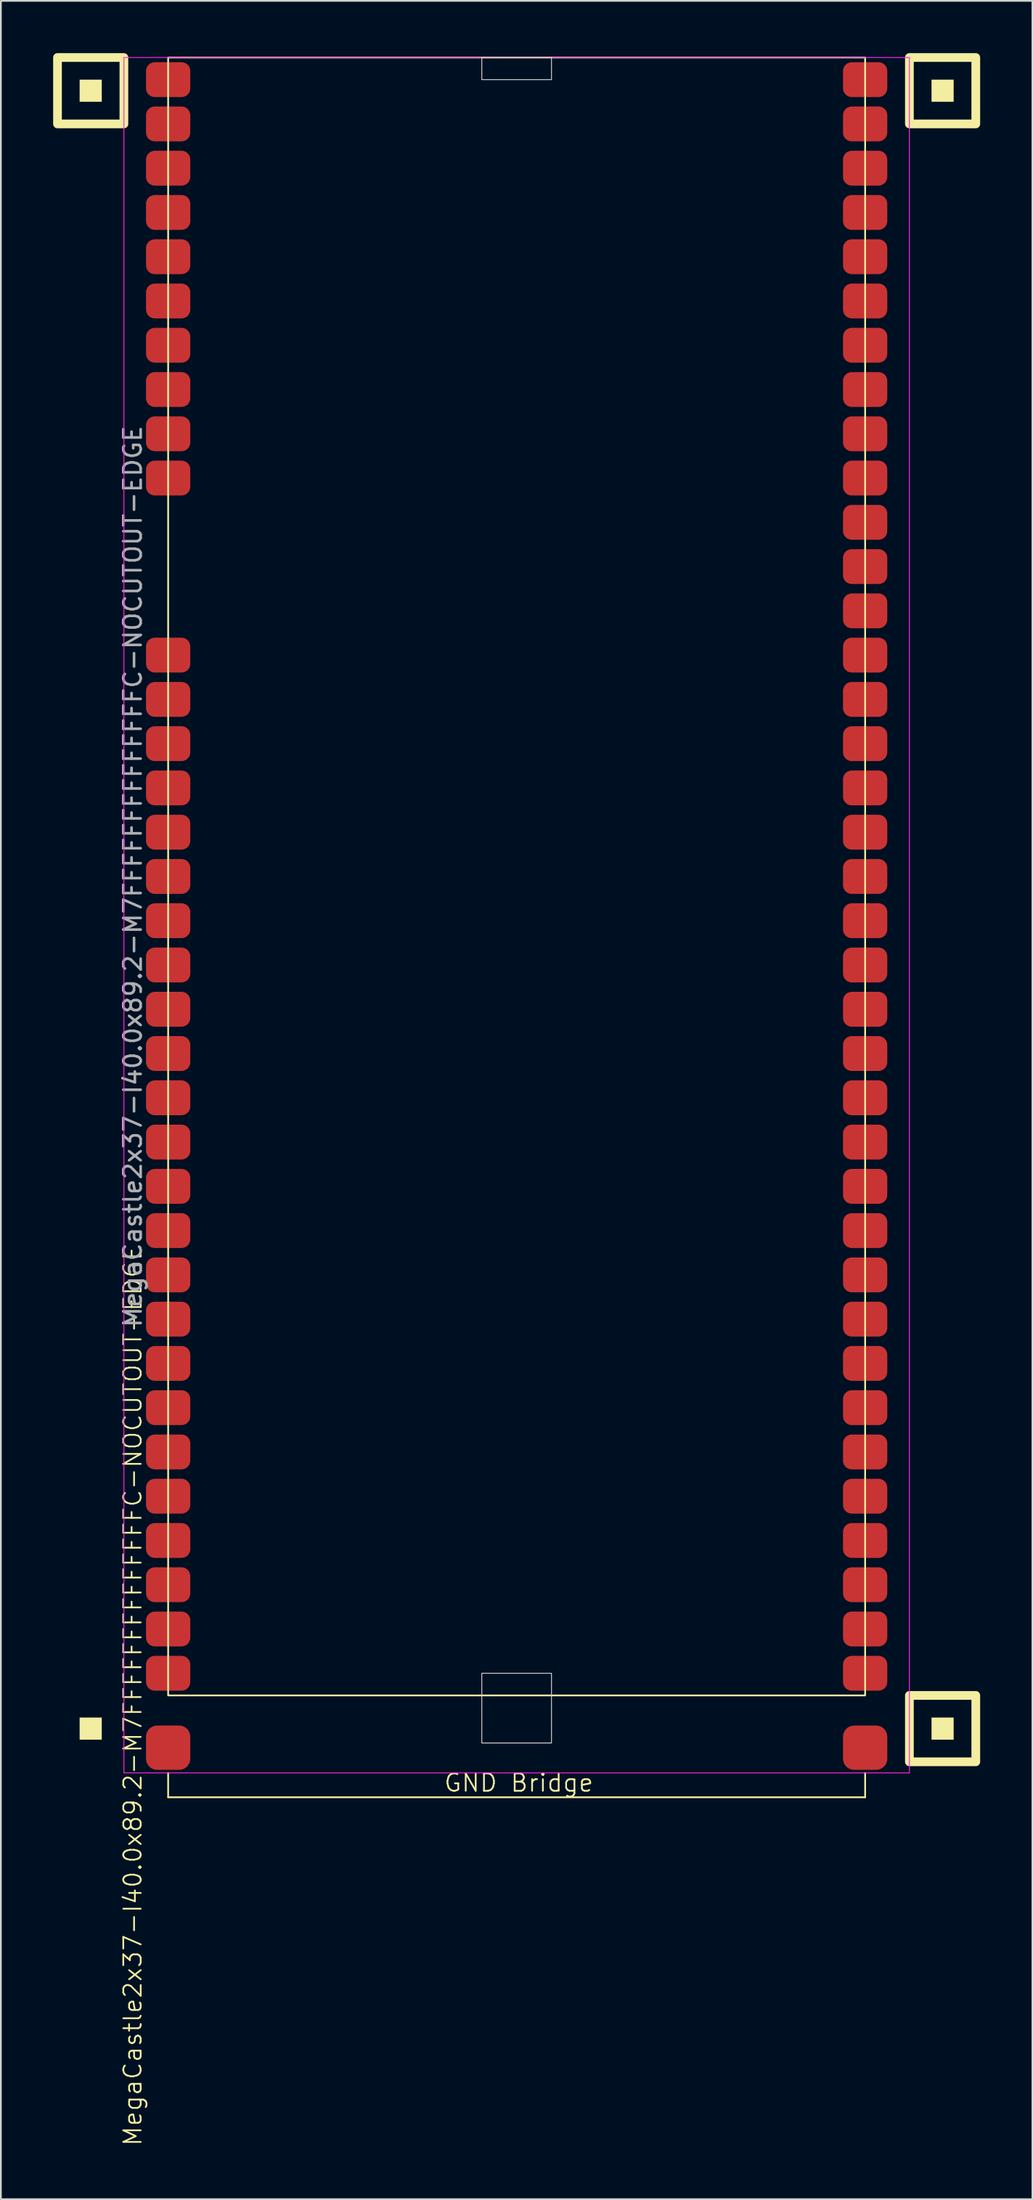
<source format=kicad_pcb>
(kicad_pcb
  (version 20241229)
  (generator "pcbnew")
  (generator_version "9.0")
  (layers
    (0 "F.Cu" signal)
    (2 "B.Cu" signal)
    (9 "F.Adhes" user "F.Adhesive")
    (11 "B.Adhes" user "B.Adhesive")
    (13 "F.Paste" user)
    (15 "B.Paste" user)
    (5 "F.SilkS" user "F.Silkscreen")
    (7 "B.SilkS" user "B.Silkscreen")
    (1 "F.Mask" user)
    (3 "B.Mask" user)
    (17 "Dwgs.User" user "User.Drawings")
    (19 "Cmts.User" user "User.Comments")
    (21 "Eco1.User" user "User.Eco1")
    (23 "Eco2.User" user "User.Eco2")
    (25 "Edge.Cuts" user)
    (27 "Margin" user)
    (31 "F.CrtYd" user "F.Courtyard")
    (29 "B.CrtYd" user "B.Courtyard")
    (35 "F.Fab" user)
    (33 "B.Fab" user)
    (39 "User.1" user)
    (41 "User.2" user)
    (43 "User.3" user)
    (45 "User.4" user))
  (footprint "MegaCastle2x37-I40.0x89.2-M7FFFFFFFFFFFFFFC-NOCUTOUT-EDGE"
    (layer "F.Cu")
    (at 26.6 47.24)
    (property "Reference" "MegaCastle2x37-I40.0x89.2-M7FFFFFFFFFFFFFFC-NOCUTOUT-EDGE" (at -22.032 46.99 90) (unlocked yes) (layer "F.SilkS") (effects (font (size 1 1) (thickness 0.1))))
    (attr smd)
    (fp_line (start -20 51.435) (end -20 52.835) (stroke (width 0.1) (type default)) (layer "F.SilkS"))
    (fp_line (start -20 52.835) (end 20 52.835) (stroke (width 0.1) (type default)) (layer "F.SilkS"))
    (fp_line (start 20 51.435) (end 20 52.835) (stroke (width 0.1) (type default)) (layer "F.SilkS"))
    (fp_rect (start -23.81 -44.45) (end -25.08 -45.72) (stroke (width 0) (type solid)) (fill yes) (layer "F.SilkS"))
    (fp_rect (start -23.81 49.53) (end -25.08 48.26) (stroke (width 0) (type solid)) (fill yes) (layer "F.SilkS"))
    (fp_rect (start -22.54 -43.18) (end -26.35 -46.99) (stroke (width 0.5) (type default)) (fill no) (layer "F.SilkS"))
    (fp_rect (start -20 -46.99) (end 20 46.99) (stroke (width 0.1) (type default)) (fill no) (layer "F.SilkS"))
    (fp_rect (start 25.08 -44.45) (end 23.81 -45.72) (stroke (width 0) (type solid)) (fill yes) (layer "F.SilkS"))
    (fp_rect (start 25.08 49.53) (end 23.81 48.26) (stroke (width 0) (type solid)) (fill yes) (layer "F.SilkS"))
    (fp_rect (start 26.35 -43.18) (end 22.54 -46.99) (stroke (width 0.5) (type default)) (fill no) (layer "F.SilkS"))
    (fp_rect (start 26.35 50.8) (end 22.54 46.99) (stroke (width 0.5) (type default)) (fill no) (layer "F.SilkS"))
    (fp_rect (start -2 -45.72) (end 2 -46.99) (stroke (width 0.05) (type default)) (fill no) (layer "Edge.Cuts"))
    (fp_rect (start -2 45.72) (end 2 49.72) (stroke (width 0.05) (type default)) (fill no) (layer "Edge.Cuts"))
    (fp_line (start -22.54 -46.99) (end -22.54 51.435) (stroke (width 0.05) (type default)) (layer "F.CrtYd"))
    (fp_line (start -22.54 51.435) (end 22.54 51.435) (stroke (width 0.05) (type default)) (layer "F.CrtYd"))
    (fp_line (start 22.54 -46.99) (end -22.54 -46.99) (stroke (width 0.05) (type default)) (layer "F.CrtYd"))
    (fp_line (start 22.54 -46.99) (end 22.54 51.435) (stroke (width 0.05) (type default)) (layer "F.CrtYd"))
    (fp_text user "GND Bridge" (at -4.226 52.59 0) (unlocked yes) (layer "F.SilkS") (effects (font (size 1 1) (thickness 0.1)) (justify left bottom)))
    (fp_text user "${REFERENCE}" (at -22.032 0 90) (unlocked yes) (layer "F.Fab") (effects (font (size 1 1) (thickness 0.15))))
    (pad "1" smd roundrect (at -20 -45.72) (size 2.54 2) (layers "F.Cu" "F.Mask" "F.Paste") (roundrect_rratio 0.25))
    (pad "2" smd roundrect (at -20 -43.18) (size 2.54 2) (layers "F.Cu" "F.Mask" "F.Paste") (roundrect_rratio 0.25))
    (pad "3" smd roundrect (at -20 -40.64) (size 2.54 2) (layers "F.Cu" "F.Mask" "F.Paste") (roundrect_rratio 0.25))
    (pad "4" smd roundrect (at -20 -38.1) (size 2.54 2) (layers "F.Cu" "F.Mask" "F.Paste") (roundrect_rratio 0.25))
    (pad "5" smd roundrect (at -20 -35.56) (size 2.54 2) (layers "F.Cu" "F.Mask" "F.Paste") (roundrect_rratio 0.25))
    (pad "6" smd roundrect (at -20 -33.02) (size 2.54 2) (layers "F.Cu" "F.Mask" "F.Paste") (roundrect_rratio 0.25))
    (pad "7" smd roundrect (at -20 -30.48) (size 2.54 2) (layers "F.Cu" "F.Mask" "F.Paste") (roundrect_rratio 0.25))
    (pad "8" smd roundrect (at -20 -27.94) (size 2.54 2) (layers "F.Cu" "F.Mask" "F.Paste") (roundrect_rratio 0.25))
    (pad "9" smd roundrect (at -20 -25.4) (size 2.54 2) (layers "F.Cu" "F.Mask" "F.Paste") (roundrect_rratio 0.25))
    (pad "10" smd roundrect (at -20 -22.86) (size 2.54 2) (layers "F.Cu" "F.Mask" "F.Paste") (roundrect_rratio 0.25))
    (pad "14" smd roundrect (at -20 -12.7) (size 2.54 2) (layers "F.Cu" "F.Mask" "F.Paste") (roundrect_rratio 0.25))
    (pad "15" smd roundrect (at -20 -10.16) (size 2.54 2) (layers "F.Cu" "F.Mask" "F.Paste") (roundrect_rratio 0.25))
    (pad "16" smd roundrect (at -20 -7.62) (size 2.54 2) (layers "F.Cu" "F.Mask" "F.Paste") (roundrect_rratio 0.25))
    (pad "17" smd roundrect (at -20 -5.08) (size 2.54 2) (layers "F.Cu" "F.Mask" "F.Paste") (roundrect_rratio 0.25))
    (pad "18" smd roundrect (at -20 -2.54) (size 2.54 2) (layers "F.Cu" "F.Mask" "F.Paste") (roundrect_rratio 0.25))
    (pad "19" smd roundrect (at -20 0) (size 2.54 2) (layers "F.Cu" "F.Mask" "F.Paste") (roundrect_rratio 0.25))
    (pad "20" smd roundrect (at -20 2.54) (size 2.54 2) (layers "F.Cu" "F.Mask" "F.Paste") (roundrect_rratio 0.25))
    (pad "21" smd roundrect (at -20 5.08) (size 2.54 2) (layers "F.Cu" "F.Mask" "F.Paste") (roundrect_rratio 0.25))
    (pad "22" smd roundrect (at -20 7.62) (size 2.54 2) (layers "F.Cu" "F.Mask" "F.Paste") (roundrect_rratio 0.25))
    (pad "23" smd roundrect (at -20 10.16) (size 2.54 2) (layers "F.Cu" "F.Mask" "F.Paste") (roundrect_rratio 0.25))
    (pad "24" smd roundrect (at -20 12.7) (size 2.54 2) (layers "F.Cu" "F.Mask" "F.Paste") (roundrect_rratio 0.25))
    (pad "25" smd roundrect (at -20 15.24) (size 2.54 2) (layers "F.Cu" "F.Mask" "F.Paste") (roundrect_rratio 0.25))
    (pad "26" smd roundrect (at -20 17.78) (size 2.54 2) (layers "F.Cu" "F.Mask" "F.Paste") (roundrect_rratio 0.25))
    (pad "27" smd roundrect (at -20 20.32) (size 2.54 2) (layers "F.Cu" "F.Mask" "F.Paste") (roundrect_rratio 0.25))
    (pad "28" smd roundrect (at -20 22.86) (size 2.54 2) (layers "F.Cu" "F.Mask" "F.Paste") (roundrect_rratio 0.25))
    (pad "29" smd roundrect (at -20 25.4) (size 2.54 2) (layers "F.Cu" "F.Mask" "F.Paste") (roundrect_rratio 0.25))
    (pad "30" smd roundrect (at -20 27.94) (size 2.54 2) (layers "F.Cu" "F.Mask" "F.Paste") (roundrect_rratio 0.25))
    (pad "31" smd roundrect (at -20 30.48) (size 2.54 2) (layers "F.Cu" "F.Mask" "F.Paste") (roundrect_rratio 0.25))
    (pad "32" smd roundrect (at -20 33.02) (size 2.54 2) (layers "F.Cu" "F.Mask" "F.Paste") (roundrect_rratio 0.25))
    (pad "33" smd roundrect (at -20 35.56) (size 2.54 2) (layers "F.Cu" "F.Mask" "F.Paste") (roundrect_rratio 0.25))
    (pad "34" smd roundrect (at -20 38.1) (size 2.54 2) (layers "F.Cu" "F.Mask" "F.Paste") (roundrect_rratio 0.25))
    (pad "35" smd roundrect (at -20 40.64) (size 2.54 2) (layers "F.Cu" "F.Mask" "F.Paste") (roundrect_rratio 0.25))
    (pad "36" smd roundrect (at -20 43.18) (size 2.54 2) (layers "F.Cu" "F.Mask" "F.Paste") (roundrect_rratio 0.25))
    (pad "37" smd roundrect (at -20 45.72) (size 2.54 2) (layers "F.Cu" "F.Mask" "F.Paste") (roundrect_rratio 0.25))
    (pad "38" smd roundrect (at 20 -45.72) (size 2.54 2) (layers "F.Cu" "F.Mask" "F.Paste") (roundrect_rratio 0.25))
    (pad "39" smd roundrect (at 20 -43.18) (size 2.54 2) (layers "F.Cu" "F.Mask" "F.Paste") (roundrect_rratio 0.25))
    (pad "40" smd roundrect (at 20 -40.64) (size 2.54 2) (layers "F.Cu" "F.Mask" "F.Paste") (roundrect_rratio 0.25))
    (pad "41" smd roundrect (at 20 -38.1) (size 2.54 2) (layers "F.Cu" "F.Mask" "F.Paste") (roundrect_rratio 0.25))
    (pad "42" smd roundrect (at 20 -35.56) (size 2.54 2) (layers "F.Cu" "F.Mask" "F.Paste") (roundrect_rratio 0.25))
    (pad "43" smd roundrect (at 20 -33.02) (size 2.54 2) (layers "F.Cu" "F.Mask" "F.Paste") (roundrect_rratio 0.25))
    (pad "44" smd roundrect (at 20 -30.48) (size 2.54 2) (layers "F.Cu" "F.Mask" "F.Paste") (roundrect_rratio 0.25))
    (pad "45" smd roundrect (at 20 -27.94) (size 2.54 2) (layers "F.Cu" "F.Mask" "F.Paste") (roundrect_rratio 0.25))
    (pad "46" smd roundrect (at 20 -25.4) (size 2.54 2) (layers "F.Cu" "F.Mask" "F.Paste") (roundrect_rratio 0.25))
    (pad "47" smd roundrect (at 20 -22.86) (size 2.54 2) (layers "F.Cu" "F.Mask" "F.Paste") (roundrect_rratio 0.25))
    (pad "48" smd roundrect (at 20 -20.32) (size 2.54 2) (layers "F.Cu" "F.Mask" "F.Paste") (roundrect_rratio 0.25))
    (pad "49" smd roundrect (at 20 -17.78) (size 2.54 2) (layers "F.Cu" "F.Mask" "F.Paste") (roundrect_rratio 0.25))
    (pad "50" smd roundrect (at 20 -15.24) (size 2.54 2) (layers "F.Cu" "F.Mask" "F.Paste") (roundrect_rratio 0.25))
    (pad "51" smd roundrect (at 20 -12.7) (size 2.54 2) (layers "F.Cu" "F.Mask" "F.Paste") (roundrect_rratio 0.25))
    (pad "52" smd roundrect (at 20 -10.16) (size 2.54 2) (layers "F.Cu" "F.Mask" "F.Paste") (roundrect_rratio 0.25))
    (pad "53" smd roundrect (at 20 -7.62) (size 2.54 2) (layers "F.Cu" "F.Mask" "F.Paste") (roundrect_rratio 0.25))
    (pad "54" smd roundrect (at 20 -5.08) (size 2.54 2) (layers "F.Cu" "F.Mask" "F.Paste") (roundrect_rratio 0.25))
    (pad "55" smd roundrect (at 20 -2.54) (size 2.54 2) (layers "F.Cu" "F.Mask" "F.Paste") (roundrect_rratio 0.25))
    (pad "56" smd roundrect (at 20 0) (size 2.54 2) (layers "F.Cu" "F.Mask" "F.Paste") (roundrect_rratio 0.25))
    (pad "57" smd roundrect (at 20 2.54) (size 2.54 2) (layers "F.Cu" "F.Mask" "F.Paste") (roundrect_rratio 0.25))
    (pad "58" smd roundrect (at 20 5.08) (size 2.54 2) (layers "F.Cu" "F.Mask" "F.Paste") (roundrect_rratio 0.25))
    (pad "59" smd roundrect (at 20 7.62) (size 2.54 2) (layers "F.Cu" "F.Mask" "F.Paste") (roundrect_rratio 0.25))
    (pad "60" smd roundrect (at 20 10.16) (size 2.54 2) (layers "F.Cu" "F.Mask" "F.Paste") (roundrect_rratio 0.25))
    (pad "61" smd roundrect (at 20 12.7) (size 2.54 2) (layers "F.Cu" "F.Mask" "F.Paste") (roundrect_rratio 0.25))
    (pad "62" smd roundrect (at 20 15.24) (size 2.54 2) (layers "F.Cu" "F.Mask" "F.Paste") (roundrect_rratio 0.25))
    (pad "63" smd roundrect (at 20 17.78) (size 2.54 2) (layers "F.Cu" "F.Mask" "F.Paste") (roundrect_rratio 0.25))
    (pad "64" smd roundrect (at 20 20.32) (size 2.54 2) (layers "F.Cu" "F.Mask" "F.Paste") (roundrect_rratio 0.25))
    (pad "65" smd roundrect (at 20 22.86) (size 2.54 2) (layers "F.Cu" "F.Mask" "F.Paste") (roundrect_rratio 0.25))
    (pad "66" smd roundrect (at 20 25.4) (size 2.54 2) (layers "F.Cu" "F.Mask" "F.Paste") (roundrect_rratio 0.25))
    (pad "67" smd roundrect (at 20 27.94) (size 2.54 2) (layers "F.Cu" "F.Mask" "F.Paste") (roundrect_rratio 0.25))
    (pad "68" smd roundrect (at 20 30.48) (size 2.54 2) (layers "F.Cu" "F.Mask" "F.Paste") (roundrect_rratio 0.25))
    (pad "69" smd roundrect (at 20 33.02) (size 2.54 2) (layers "F.Cu" "F.Mask" "F.Paste") (roundrect_rratio 0.25))
    (pad "70" smd roundrect (at 20 35.56) (size 2.54 2) (layers "F.Cu" "F.Mask" "F.Paste") (roundrect_rratio 0.25))
    (pad "71" smd roundrect (at 20 38.1) (size 2.54 2) (layers "F.Cu" "F.Mask" "F.Paste") (roundrect_rratio 0.25))
    (pad "72" smd roundrect (at 20 40.64) (size 2.54 2) (layers "F.Cu" "F.Mask" "F.Paste") (roundrect_rratio 0.25))
    (pad "73" smd roundrect (at 20 43.18) (size 2.54 2) (layers "F.Cu" "F.Mask" "F.Paste") (roundrect_rratio 0.25))
    (pad "74" smd roundrect (at 20 45.72) (size 2.54 2) (layers "F.Cu" "F.Mask" "F.Paste") (roundrect_rratio 0.25))
    (pad "B1" smd roundrect (at -20 49.99) (size 2.54 2.54) (layers "F.Cu" "F.Mask" "F.Paste") (roundrect_rratio 0.25))
    (pad "B2" smd roundrect (at 20 49.99) (size 2.54 2.54) (layers "F.Cu" "F.Mask" "F.Paste") (roundrect_rratio 0.25)))
  (gr_rect
    (start -3 -3)
    (end 56.2 123.137)
    (stroke (width 0.1) (type default))
    (fill no)
    (layer "Edge.Cuts")))
</source>
